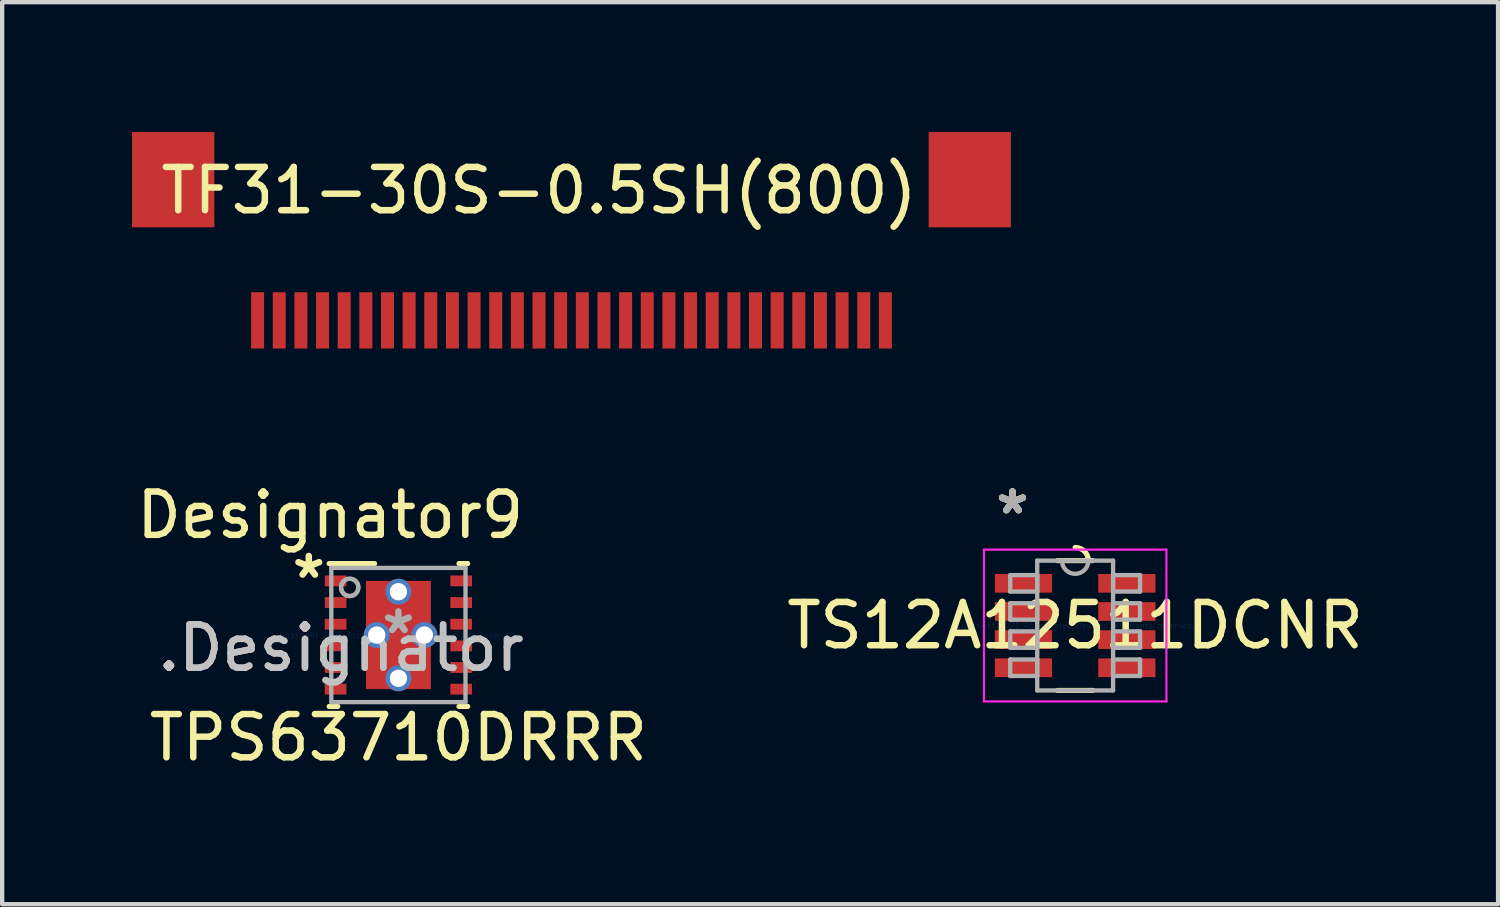
<source format=kicad_pcb>
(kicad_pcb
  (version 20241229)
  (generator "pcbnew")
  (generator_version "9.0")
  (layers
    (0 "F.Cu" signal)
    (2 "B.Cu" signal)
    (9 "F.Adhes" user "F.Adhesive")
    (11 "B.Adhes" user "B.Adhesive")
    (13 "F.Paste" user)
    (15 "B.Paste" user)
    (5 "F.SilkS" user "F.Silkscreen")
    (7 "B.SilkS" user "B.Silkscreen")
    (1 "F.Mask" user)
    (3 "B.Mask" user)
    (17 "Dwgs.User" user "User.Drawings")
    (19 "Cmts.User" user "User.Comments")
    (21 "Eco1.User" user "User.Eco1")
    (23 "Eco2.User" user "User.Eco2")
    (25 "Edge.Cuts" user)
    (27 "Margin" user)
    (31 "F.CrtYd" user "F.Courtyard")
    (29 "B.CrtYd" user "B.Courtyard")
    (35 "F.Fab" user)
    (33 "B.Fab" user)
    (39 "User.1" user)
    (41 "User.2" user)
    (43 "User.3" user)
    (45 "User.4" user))
  (footprint "TF31-30S-0.5SH(800)"
    (layer "F.Cu")
    (at 17.4 4.35)
    (property "Reference" "TF31-30S-0.5SH(800)" (at -8 -3 0) (layer "F.SilkS") (effects (font (size 1 1) (thickness 0.15))))
    (attr through_hole)
    (pad "1" smd rect (at 0 0 90) (size 1.3 0.3) (layers "F.Cu" "F.Mask" "F.Paste"))
    (pad "2" smd rect (at -0.5 0 90) (size 1.3 0.3) (layers "F.Cu" "F.Mask" "F.Paste"))
    (pad "3" smd rect (at -1 0 90) (size 1.3 0.3) (layers "F.Cu" "F.Mask" "F.Paste"))
    (pad "4" smd rect (at -1.5 0 90) (size 1.3 0.3) (layers "F.Cu" "F.Mask" "F.Paste"))
    (pad "5" smd rect (at -2 0 90) (size 1.3 0.3) (layers "F.Cu" "F.Mask" "F.Paste"))
    (pad "6" smd rect (at -2.5 0 90) (size 1.3 0.3) (layers "F.Cu" "F.Mask" "F.Paste"))
    (pad "7" smd rect (at -3 0 90) (size 1.3 0.3) (layers "F.Cu" "F.Mask" "F.Paste"))
    (pad "8" smd rect (at -3.5 0 90) (size 1.3 0.3) (layers "F.Cu" "F.Mask" "F.Paste"))
    (pad "9" smd rect (at -4 0 90) (size 1.3 0.3) (layers "F.Cu" "F.Mask" "F.Paste"))
    (pad "10" smd rect (at -4.5 0 90) (size 1.3 0.3) (layers "F.Cu" "F.Mask" "F.Paste"))
    (pad "11" smd rect (at -5 0 90) (size 1.3 0.3) (layers "F.Cu" "F.Mask" "F.Paste"))
    (pad "12" smd rect (at -5.5 0 90) (size 1.3 0.3) (layers "F.Cu" "F.Mask" "F.Paste"))
    (pad "13" smd rect (at -6 0 90) (size 1.3 0.3) (layers "F.Cu" "F.Mask" "F.Paste"))
    (pad "14" smd rect (at -6.5 0 90) (size 1.3 0.3) (layers "F.Cu" "F.Mask" "F.Paste"))
    (pad "15" smd rect (at -7 0 90) (size 1.3 0.3) (layers "F.Cu" "F.Mask" "F.Paste"))
    (pad "16" smd rect (at -7.5 0 90) (size 1.3 0.3) (layers "F.Cu" "F.Mask" "F.Paste"))
    (pad "17" smd rect (at -8 0 90) (size 1.3 0.3) (layers "F.Cu" "F.Mask" "F.Paste"))
    (pad "18" smd rect (at -8.5 0 90) (size 1.3 0.3) (layers "F.Cu" "F.Mask" "F.Paste"))
    (pad "19" smd rect (at -9 0 90) (size 1.3 0.3) (layers "F.Cu" "F.Mask" "F.Paste"))
    (pad "20" smd rect (at -9.5 0 90) (size 1.3 0.3) (layers "F.Cu" "F.Mask" "F.Paste"))
    (pad "21" smd rect (at -10 0 90) (size 1.3 0.3) (layers "F.Cu" "F.Mask" "F.Paste"))
    (pad "22" smd rect (at -10.5 0 90) (size 1.3 0.3) (layers "F.Cu" "F.Mask" "F.Paste"))
    (pad "23" smd rect (at -11 0 90) (size 1.3 0.3) (layers "F.Cu" "F.Mask" "F.Paste"))
    (pad "24" smd rect (at -11.5 0 90) (size 1.3 0.3) (layers "F.Cu" "F.Mask" "F.Paste"))
    (pad "25" smd rect (at -12 0 90) (size 1.3 0.3) (layers "F.Cu" "F.Mask" "F.Paste"))
    (pad "26" smd rect (at -12.5 0 90) (size 1.3 0.3) (layers "F.Cu" "F.Mask" "F.Paste"))
    (pad "27" smd rect (at -13 0 90) (size 1.3 0.3) (layers "F.Cu" "F.Mask" "F.Paste"))
    (pad "28" smd rect (at -13.5 0 90) (size 1.3 0.3) (layers "F.Cu" "F.Mask" "F.Paste"))
    (pad "29" smd rect (at -14 0 90) (size 1.3 0.3) (layers "F.Cu" "F.Mask" "F.Paste"))
    (pad "30" smd rect (at -14.5 0 90) (size 1.3 0.3) (layers "F.Cu" "F.Mask" "F.Paste"))
    (pad "EPAD1" smd rect (at 1.95 -3.25 90) (size 2.2 1.9) (layers "F.Cu" "F.Mask" "F.Paste"))
    (pad "EPAD2" smd rect (at -16.45 -3.25 90) (size 2.2 1.9) (layers "F.Cu" "F.Mask" "F.Paste")))
  (footprint "TS12A12511DCNR"
    (layer "F.Cu")
    (at 21.783 11.398)
    (property "Reference" "TS12A12511DCNR" (at 0 0 0) (layer "F.SilkS") (effects (font (size 1 1) (thickness 0.15))))
    (attr through_hole)
    (fp_line (start -0.407 1.499) (end 0.407 1.499) (stroke (width 0.12) (type solid)) (layer "F.SilkS"))
    (fp_line (start 0.407 -1.499) (end -0.407 -1.499) (stroke (width 0.12) (type solid)) (layer "F.SilkS"))
    (fp_arc (start 0 -1.8034) (mid 0.212962 -1.71666) (end 0.304715 -1.505809) (stroke (width 0.12) (type solid)) (layer "F.SilkS"))
    (fp_line (start -2.108 -1.753) (end 2.108 -1.753) (stroke (width 0.05) (type solid)) (layer "F.CrtYd"))
    (fp_line (start -2.108 1.753) (end -2.108 -1.753) (stroke (width 0.05) (type solid)) (layer "F.CrtYd"))
    (fp_line (start 2.108 -1.753) (end 2.108 1.753) (stroke (width 0.05) (type solid)) (layer "F.CrtYd"))
    (fp_line (start 2.108 1.753) (end -2.108 1.753) (stroke (width 0.05) (type solid)) (layer "F.CrtYd"))
    (fp_line (start -1.499 -1.165) (end -1.499 -0.784) (stroke (width 0.1) (type solid)) (layer "F.Fab"))
    (fp_line (start -1.499 -0.784) (end -0.876 -0.784) (stroke (width 0.1) (type solid)) (layer "F.Fab"))
    (fp_line (start -1.499 -0.515) (end -1.499 -0.135) (stroke (width 0.1) (type solid)) (layer "F.Fab"))
    (fp_line (start -1.499 -0.135) (end -0.876 -0.135) (stroke (width 0.1) (type solid)) (layer "F.Fab"))
    (fp_line (start -1.499 0.135) (end -1.499 0.515) (stroke (width 0.1) (type solid)) (layer "F.Fab"))
    (fp_line (start -1.499 0.515) (end -0.876 0.515) (stroke (width 0.1) (type solid)) (layer "F.Fab"))
    (fp_line (start -1.499 0.784) (end -1.499 1.165) (stroke (width 0.1) (type solid)) (layer "F.Fab"))
    (fp_line (start -1.499 1.165) (end -0.876 1.165) (stroke (width 0.1) (type solid)) (layer "F.Fab"))
    (fp_line (start -0.876 -1.499) (end -0.876 1.499) (stroke (width 0.1) (type solid)) (layer "F.Fab"))
    (fp_line (start -0.876 -1.165) (end -1.499 -1.165) (stroke (width 0.1) (type solid)) (layer "F.Fab"))
    (fp_line (start -0.876 -0.784) (end -0.876 -1.165) (stroke (width 0.1) (type solid)) (layer "F.Fab"))
    (fp_line (start -0.876 -0.515) (end -1.499 -0.515) (stroke (width 0.1) (type solid)) (layer "F.Fab"))
    (fp_line (start -0.876 -0.135) (end -0.876 -0.515) (stroke (width 0.1) (type solid)) (layer "F.Fab"))
    (fp_line (start -0.876 0.135) (end -1.499 0.135) (stroke (width 0.1) (type solid)) (layer "F.Fab"))
    (fp_line (start -0.876 0.515) (end -0.876 0.135) (stroke (width 0.1) (type solid)) (layer "F.Fab"))
    (fp_line (start -0.876 0.784) (end -1.499 0.784) (stroke (width 0.1) (type solid)) (layer "F.Fab"))
    (fp_line (start -0.876 1.165) (end -0.876 0.784) (stroke (width 0.1) (type solid)) (layer "F.Fab"))
    (fp_line (start -0.876 1.499) (end 0.876 1.499) (stroke (width 0.1) (type solid)) (layer "F.Fab"))
    (fp_line (start 0.876 -1.499) (end -0.876 -1.499) (stroke (width 0.1) (type solid)) (layer "F.Fab"))
    (fp_line (start 0.876 -1.165) (end 0.876 -0.784) (stroke (width 0.1) (type solid)) (layer "F.Fab"))
    (fp_line (start 0.876 -0.784) (end 1.499 -0.784) (stroke (width 0.1) (type solid)) (layer "F.Fab"))
    (fp_line (start 0.876 -0.515) (end 0.876 -0.135) (stroke (width 0.1) (type solid)) (layer "F.Fab"))
    (fp_line (start 0.876 -0.135) (end 1.499 -0.135) (stroke (width 0.1) (type solid)) (layer "F.Fab"))
    (fp_line (start 0.876 0.135) (end 0.876 0.515) (stroke (width 0.1) (type solid)) (layer "F.Fab"))
    (fp_line (start 0.876 0.515) (end 1.499 0.515) (stroke (width 0.1) (type solid)) (layer "F.Fab"))
    (fp_line (start 0.876 0.784) (end 0.876 1.165) (stroke (width 0.1) (type solid)) (layer "F.Fab"))
    (fp_line (start 0.876 1.165) (end 1.499 1.165) (stroke (width 0.1) (type solid)) (layer "F.Fab"))
    (fp_line (start 0.876 1.499) (end 0.876 -1.499) (stroke (width 0.1) (type solid)) (layer "F.Fab"))
    (fp_line (start 1.499 -1.165) (end 0.876 -1.165) (stroke (width 0.1) (type solid)) (layer "F.Fab"))
    (fp_line (start 1.499 -0.784) (end 1.499 -1.165) (stroke (width 0.1) (type solid)) (layer "F.Fab"))
    (fp_line (start 1.499 -0.515) (end 0.876 -0.515) (stroke (width 0.1) (type solid)) (layer "F.Fab"))
    (fp_line (start 1.499 -0.135) (end 1.499 -0.515) (stroke (width 0.1) (type solid)) (layer "F.Fab"))
    (fp_line (start 1.499 0.135) (end 0.876 0.135) (stroke (width 0.1) (type solid)) (layer "F.Fab"))
    (fp_line (start 1.499 0.515) (end 1.499 0.135) (stroke (width 0.1) (type solid)) (layer "F.Fab"))
    (fp_line (start 1.499 0.784) (end 0.876 0.784) (stroke (width 0.1) (type solid)) (layer "F.Fab"))
    (fp_line (start 1.499 1.165) (end 1.499 0.784) (stroke (width 0.1) (type solid)) (layer "F.Fab"))
    (fp_arc (start 0.3048 -1.4986) (mid 0 -1.1938) (end -0.3048 -1.4986) (stroke (width 0.1) (type solid)) (layer "F.Fab"))
    (fp_text user "*" (at -1.448 -2.55 0) (layer "F.SilkS") (effects (font (size 1 1) (thickness 0.15))))
    (fp_text user "*" (at -1.448 -2.55 0) (layer "F.SilkS") (effects (font (size 1 1) (thickness 0.15))))
    (fp_text user "Copyright 2021 Accelerated Designs. All rights reserved." (at 0 0 0) (layer "Cmts.User") (effects (font (size 0.127 0.127) (thickness 0.002))))
    (fp_text user "*" (at -1.448 -2.55 0) (layer "F.Fab") (effects (font (size 1 1) (thickness 0.15))))
    (fp_text user "*" (at -1.448 -2.55 0) (layer "F.Fab") (effects (font (size 1 1) (thickness 0.15))))
    (pad "1" smd rect (at -1.194 -0.975) (size 1.321 0.432) (layers "F.Cu" "F.Mask" "F.Paste"))
    (pad "2" smd rect (at -1.194 -0.325) (size 1.321 0.432) (layers "F.Cu" "F.Mask" "F.Paste"))
    (pad "3" smd rect (at -1.194 0.325) (size 1.321 0.432) (layers "F.Cu" "F.Mask" "F.Paste"))
    (pad "4" smd rect (at -1.194 0.975) (size 1.321 0.432) (layers "F.Cu" "F.Mask" "F.Paste"))
    (pad "5" smd rect (at 1.194 0.975) (size 1.321 0.432) (layers "F.Cu" "F.Mask" "F.Paste"))
    (pad "6" smd rect (at 1.194 0.325) (size 1.321 0.432) (layers "F.Cu" "F.Mask" "F.Paste"))
    (pad "7" smd rect (at 1.194 -0.325) (size 1.321 0.432) (layers "F.Cu" "F.Mask" "F.Paste"))
    (pad "8" smd rect (at 1.194 -0.975) (size 1.321 0.432) (layers "F.Cu" "F.Mask" "F.Paste")))
  (footprint "TPS63710DRRR"
    (layer "F.Cu")
    (at 6.152 11.617)
    (property "Reference" "TPS63710DRRR" (at 0 2.37 0) (layer "F.SilkS") (effects (font (size 1 1) (thickness 0.15))))
    (attr through_hole)
    (fp_line (start -1.6 -1.65) (end -0.55 -1.65) (stroke (width 0.12) (type solid)) (layer "F.SilkS"))
    (fp_line (start -1.6 1.65) (end -1.4 1.65) (stroke (width 0.12) (type solid)) (layer "F.SilkS"))
    (fp_line (start 1.4 -1.65) (end 1.6 -1.65) (stroke (width 0.12) (type solid)) (layer "F.SilkS"))
    (fp_line (start 1.4 1.65) (end 1.6 1.65) (stroke (width 0.12) (type solid)) (layer "F.SilkS"))
    (fp_line (start -1.55 -1.55) (end 1.55 -1.55) (stroke (width 0.1) (type solid)) (layer "F.Fab"))
    (fp_line (start -1.55 1.55) (end -1.55 -1.55) (stroke (width 0.1) (type solid)) (layer "F.Fab"))
    (fp_line (start -1.55 1.55) (end 1.55 1.55) (stroke (width 0.1) (type solid)) (layer "F.Fab"))
    (fp_line (start 1.55 1.55) (end 1.55 -1.55) (stroke (width 0.1) (type solid)) (layer "F.Fab"))
    (fp_circle (center -1.125 -1.1) (end -0.925 -1.1) (stroke (width 0.1) (type solid)) (fill no) (layer "F.Fab"))
    (fp_circle (center -1.125 -1.1) (end -0.925 -1.1) (stroke (width 0.1) (type solid)) (fill no) (layer "F.Fab"))
    (fp_text user "*" (at -2.07 -1.28 0) (layer "F.SilkS") (effects (font (size 1 1) (thickness 0.15))))
    (fp_text user "Designator9" (at -1.575 -2.769 0) (layer "F.SilkS") (effects (font (size 1 1) (thickness 0.15))))
    (fp_text user ".Designator" (at -1.325 0.3 0) (layer "Dwgs.User") (effects (font (size 1 1) (thickness 0.15))))
    (fp_text user "Copyright 2021 Accelerated Designs. All rights reserved." (at 0 0 0) (layer "Cmts.User") (effects (font (size 0.127 0.127) (thickness 0.002))))
    (fp_text user "*" (at 0 0 0) (layer "F.Fab") (effects (font (size 1 1) (thickness 0.15))))
    (fp_text user ".Designator" (at -1.325 0.3 0) (layer "F.Fab") (effects (font (size 1 1) (thickness 0.15))))
    (pad "1" smd rect (at -1.45 -1.25) (size 0.5 0.25) (layers "F.Cu" "F.Mask" "F.Paste"))
    (pad "2" smd rect (at -1.45 -0.75) (size 0.5 0.25) (layers "F.Cu" "F.Mask" "F.Paste"))
    (pad "3" smd rect (at -1.45 -0.25) (size 0.5 0.25) (layers "F.Cu" "F.Mask" "F.Paste"))
    (pad "4" smd rect (at -1.45 0.25) (size 0.5 0.25) (layers "F.Cu" "F.Mask" "F.Paste"))
    (pad "5" smd rect (at -1.45 0.75) (size 0.5 0.25) (layers "F.Cu" "F.Mask" "F.Paste"))
    (pad "6" smd rect (at -1.45 1.25) (size 0.5 0.25) (layers "F.Cu" "F.Mask" "F.Paste"))
    (pad "7" smd rect (at 1.45 1.25) (size 0.5 0.25) (layers "F.Cu" "F.Mask" "F.Paste"))
    (pad "8" smd rect (at 1.45 0.75) (size 0.5 0.25) (layers "F.Cu" "F.Mask" "F.Paste"))
    (pad "9" smd rect (at 1.45 0.25) (size 0.5 0.25) (layers "F.Cu" "F.Mask" "F.Paste"))
    (pad "10" smd rect (at 1.45 -0.25) (size 0.5 0.25) (layers "F.Cu" "F.Mask" "F.Paste"))
    (pad "11" smd rect (at 1.45 -0.75) (size 0.5 0.25) (layers "F.Cu" "F.Mask" "F.Paste"))
    (pad "12" smd rect (at 1.45 -1.25) (size 0.5 0.25) (layers "F.Cu" "F.Mask" "F.Paste"))
    (pad "13" smd rect (at 0 0) (size 1.5 2.5) (layers "F.Cu" "F.Mask" "F.Paste"))
    (pad "V1" thru_hole circle (at 0 -1) (size 0.6 0.6) (drill 0.4) (layers "*.Cu" "*.Mask"))
    (pad "V2" thru_hole circle (at -0.5 0 90) (size 0.6 0.6) (drill 0.4) (layers "*.Cu" "*.Mask"))
    (pad "V3" thru_hole circle (at 0 1) (size 0.6 0.6) (drill 0.4) (layers "*.Cu" "*.Mask"))
    (pad "V4" thru_hole circle (at 0.6 0) (size 0.6 0.6) (drill 0.4) (layers "*.Cu" "*.Mask")))
  (gr_rect
    (start -3 -3)
    (end 31.551 17.835)
    (stroke (width 0.1) (type default))
    (fill no)
    (layer "Edge.Cuts")))
</source>
